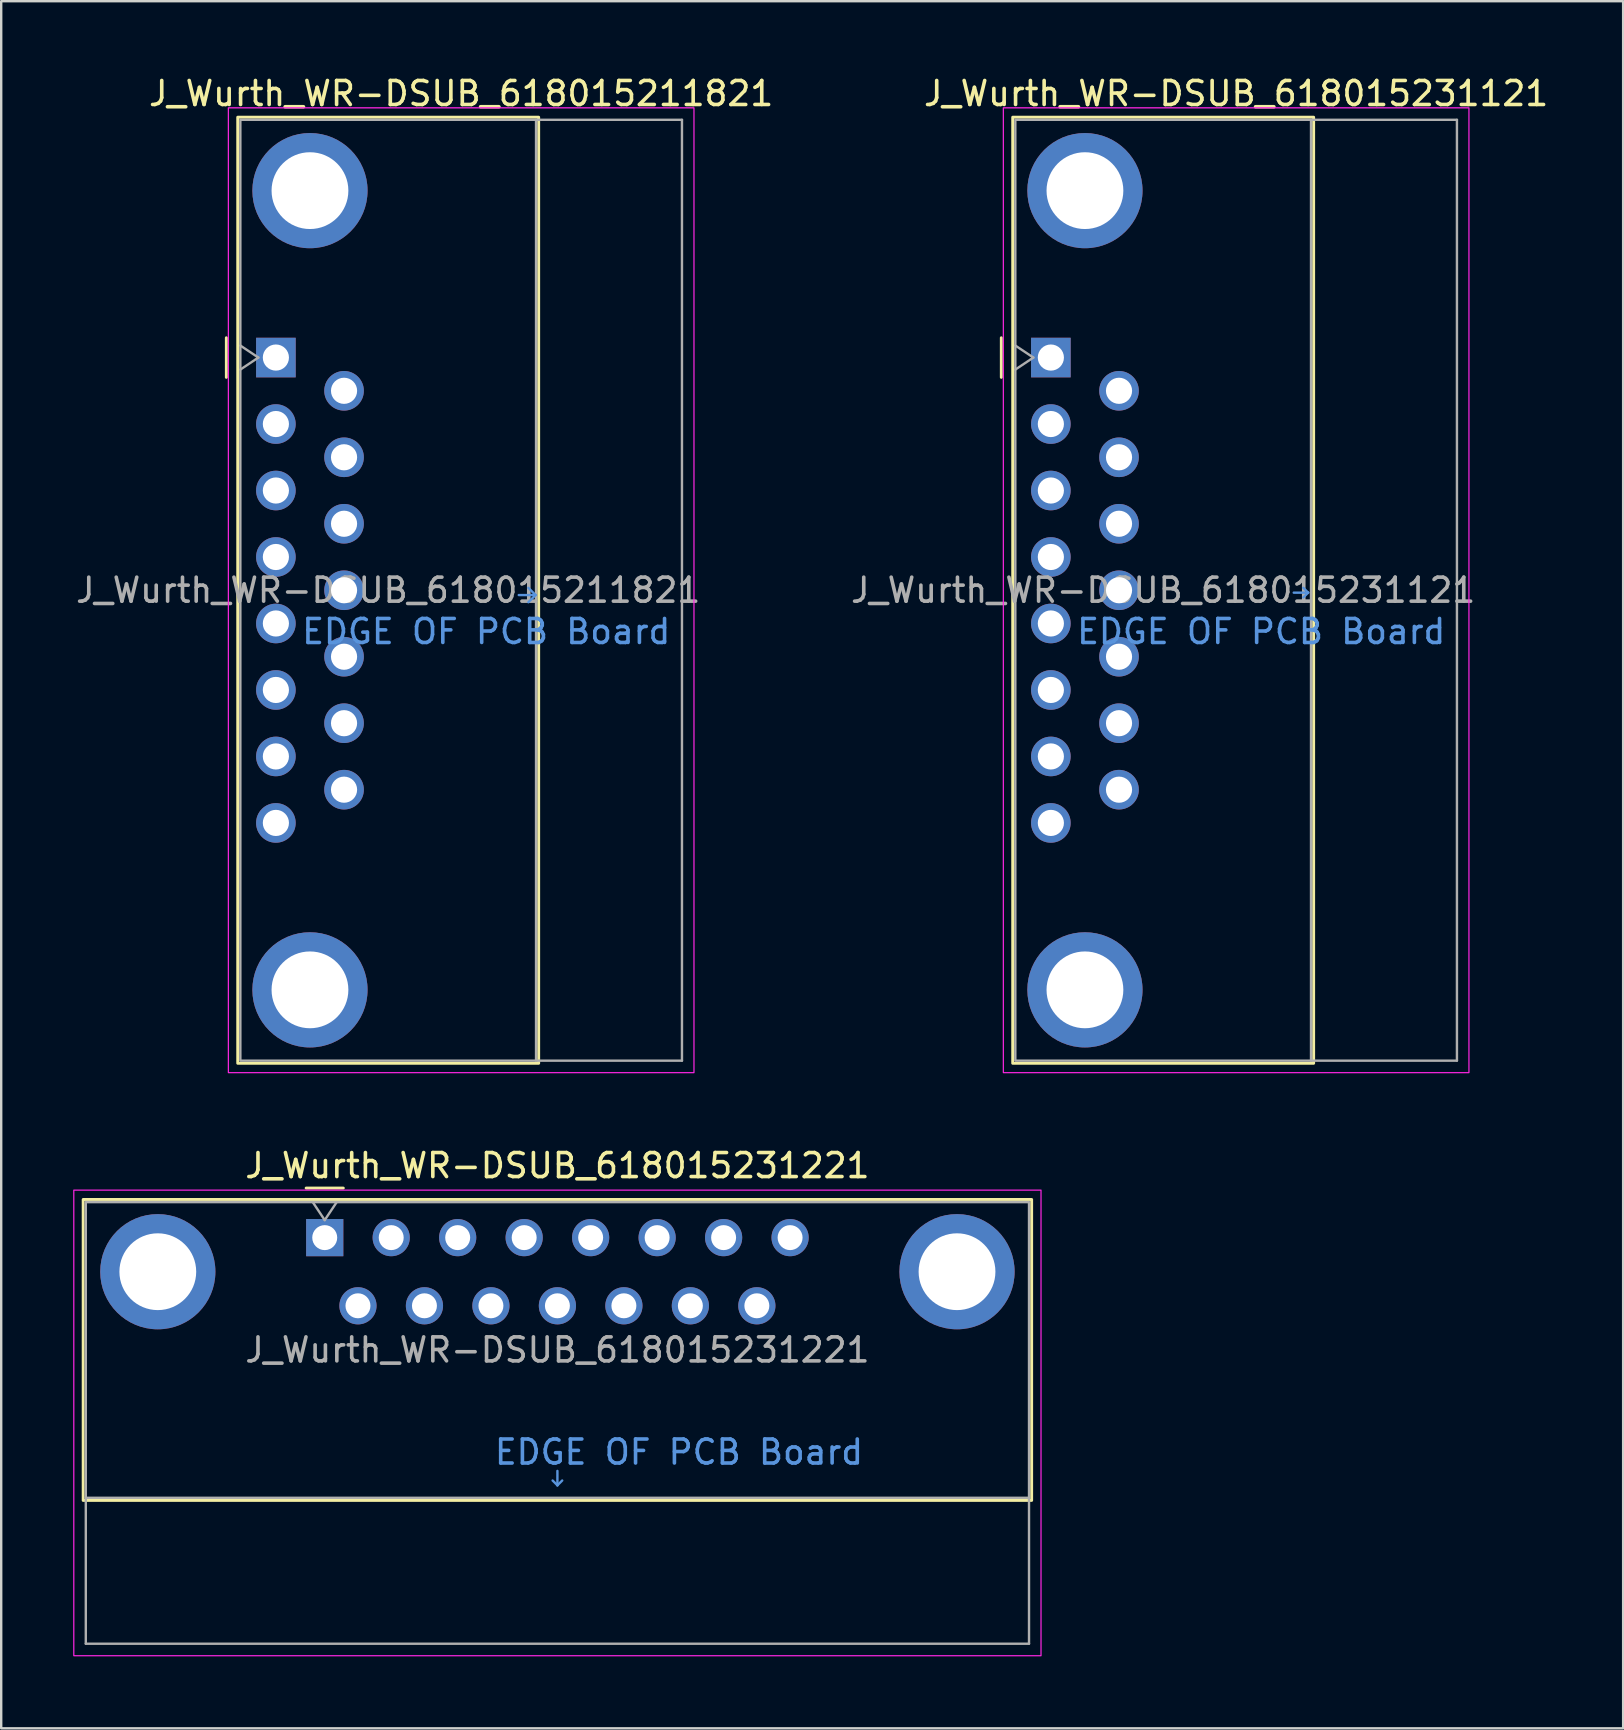
<source format=kicad_pcb>
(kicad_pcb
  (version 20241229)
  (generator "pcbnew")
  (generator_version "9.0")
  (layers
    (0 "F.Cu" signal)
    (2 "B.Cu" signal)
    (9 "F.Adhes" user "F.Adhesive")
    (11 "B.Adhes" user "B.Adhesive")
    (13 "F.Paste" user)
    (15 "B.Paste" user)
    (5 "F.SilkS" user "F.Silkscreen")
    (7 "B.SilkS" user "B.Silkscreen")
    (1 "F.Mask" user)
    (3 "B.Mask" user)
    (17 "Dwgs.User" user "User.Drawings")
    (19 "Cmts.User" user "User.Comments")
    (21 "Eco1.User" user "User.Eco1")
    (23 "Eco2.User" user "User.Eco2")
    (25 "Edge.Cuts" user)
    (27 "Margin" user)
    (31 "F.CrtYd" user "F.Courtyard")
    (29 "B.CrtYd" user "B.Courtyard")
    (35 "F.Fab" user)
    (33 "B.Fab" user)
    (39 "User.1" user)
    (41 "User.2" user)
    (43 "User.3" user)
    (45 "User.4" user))
  (footprint "J_Wurth_WR-DSUB_618015211821"
    (layer "F.Cu")
    (at 8.445 11.848)
    (property "Reference" "J_Wurth_WR-DSUB_618015211821" (at 7.72 -11 0) (unlocked yes) (layer "F.SilkS") (effects (font (size 1 1) (thickness 0.15))))
    (attr through_hole)
    (fp_line (start -2.065 -0.825) (end -2.065 0.825) (stroke (width 0.12) (type solid)) (layer "F.SilkS"))
    (fp_rect (start -1.59 -10.015) (end 10.95 29.405) (stroke (width 0.12) (type solid)) (fill no) (layer "F.SilkS"))
    (fp_line (start 10.12 9.895) (end 10.82 9.895) (stroke (width 0.1) (type solid)) (layer "Cmts.User"))
    (fp_line (start 10.82 9.895) (end 10.52 9.595) (stroke (width 0.1) (type solid)) (layer "Cmts.User"))
    (fp_line (start 10.82 9.895) (end 10.52 10.195) (stroke (width 0.1) (type solid)) (layer "Cmts.User"))
    (fp_rect (start -1.98 -10.405) (end 17.42 29.795) (stroke (width 0.05) (type solid)) (fill no) (layer "F.CrtYd"))
    (fp_line (start -0.73 0) (end -1.48 -0.5) (stroke (width 0.1) (type solid)) (layer "F.Fab"))
    (fp_line (start -0.73 0) (end -1.48 0.5) (stroke (width 0.1) (type solid)) (layer "F.Fab"))
    (fp_line (start 10.84 -9.905) (end 16.92 -9.905) (stroke (width 0.1) (type solid)) (layer "F.Fab"))
    (fp_line (start 16.92 -9.905) (end 16.92 29.295) (stroke (width 0.1) (type solid)) (layer "F.Fab"))
    (fp_line (start 16.92 29.295) (end 10.84 29.295) (stroke (width 0.1) (type solid)) (layer "F.Fab"))
    (fp_rect (start -1.48 -9.905) (end 10.84 29.295) (stroke (width 0.1) (type solid)) (fill no) (layer "F.Fab"))
    (fp_text user "EDGE OF PCB Board" (at 1 12 0) (unlocked yes) (layer "Cmts.User") (effects (font (size 1 1) (thickness 0.15)) (justify left bottom)))
    (fp_text user "${REFERENCE}" (at 4.68 9.695 0) (unlocked yes) (layer "F.Fab") (effects (font (size 1 1) (thickness 0.15))))
    (pad "1" thru_hole rect (at 0 0 90) (size 1.65 1.65) (drill 1.09) (layers "*.Cu" "*.Mask"))
    (pad "2" thru_hole circle (at 0 2.77 90) (size 1.65 1.65) (drill 1.09) (layers "*.Cu" "*.Mask"))
    (pad "3" thru_hole circle (at 0 5.54 90) (size 1.65 1.65) (drill 1.09) (layers "*.Cu" "*.Mask"))
    (pad "4" thru_hole circle (at 0 8.31 90) (size 1.65 1.65) (drill 1.09) (layers "*.Cu" "*.Mask"))
    (pad "5" thru_hole circle (at 0 11.08 90) (size 1.65 1.65) (drill 1.09) (layers "*.Cu" "*.Mask"))
    (pad "6" thru_hole circle (at 0 13.85 90) (size 1.65 1.65) (drill 1.09) (layers "*.Cu" "*.Mask"))
    (pad "7" thru_hole circle (at 0 16.62 90) (size 1.65 1.65) (drill 1.09) (layers "*.Cu" "*.Mask"))
    (pad "8" thru_hole circle (at 0 19.39 90) (size 1.65 1.65) (drill 1.09) (layers "*.Cu" "*.Mask"))
    (pad "9" thru_hole circle (at 2.84 1.385 90) (size 1.65 1.65) (drill 1.09) (layers "*.Cu" "*.Mask"))
    (pad "10" thru_hole circle (at 2.84 4.155 90) (size 1.65 1.65) (drill 1.09) (layers "*.Cu" "*.Mask"))
    (pad "11" thru_hole circle (at 2.84 6.925 90) (size 1.65 1.65) (drill 1.09) (layers "*.Cu" "*.Mask"))
    (pad "12" thru_hole circle (at 2.84 9.695 90) (size 1.65 1.65) (drill 1.09) (layers "*.Cu" "*.Mask"))
    (pad "13" thru_hole circle (at 2.84 12.465 90) (size 1.65 1.65) (drill 1.09) (layers "*.Cu" "*.Mask"))
    (pad "14" thru_hole circle (at 2.84 15.235 90) (size 1.65 1.65) (drill 1.09) (layers "*.Cu" "*.Mask"))
    (pad "15" thru_hole circle (at 2.84 18.005 90) (size 1.65 1.65) (drill 1.09) (layers "*.Cu" "*.Mask"))
    (pad "S1" thru_hole circle (at 1.42 26.345 90) (size 4.8 4.8) (drill 3.2) (layers "*.Cu" "*.Mask"))
    (pad "S2" thru_hole circle (at 1.42 -6.955 90) (size 4.8 4.8) (drill 3.2) (layers "*.Cu" "*.Mask")))
  (footprint "J_Wurth_WR-DSUB_618015231121"
    (layer "F.Cu")
    (at 40.735 11.848)
    (property "Reference" "J_Wurth_WR-DSUB_618015231121" (at 7.72 -11 0) (unlocked yes) (layer "F.SilkS") (effects (font (size 1 1) (thickness 0.15))))
    (attr through_hole)
    (fp_line (start -2.065 -0.825) (end -2.065 0.825) (stroke (width 0.12) (type solid)) (layer "F.SilkS"))
    (fp_rect (start -1.59 -10.015) (end 10.95 29.405) (stroke (width 0.12) (type solid)) (fill no) (layer "F.SilkS"))
    (fp_line (start 10.12 9.795) (end 10.72 9.795) (stroke (width 0.1) (type solid)) (layer "Cmts.User"))
    (fp_line (start 10.72 9.795) (end 10.52 9.595) (stroke (width 0.1) (type solid)) (layer "Cmts.User"))
    (fp_line (start 10.72 9.795) (end 10.52 9.995) (stroke (width 0.1) (type solid)) (layer "Cmts.User"))
    (fp_rect (start -1.98 -10.405) (end 17.42 29.795) (stroke (width 0.05) (type solid)) (fill no) (layer "F.CrtYd"))
    (fp_line (start -0.73 0) (end -1.48 -0.5) (stroke (width 0.1) (type solid)) (layer "F.Fab"))
    (fp_line (start -0.73 0) (end -1.48 0.5) (stroke (width 0.1) (type solid)) (layer "F.Fab"))
    (fp_line (start 10.84 -9.905) (end 16.92 -9.905) (stroke (width 0.1) (type solid)) (layer "F.Fab"))
    (fp_line (start 16.92 -9.905) (end 16.92 29.295) (stroke (width 0.1) (type solid)) (layer "F.Fab"))
    (fp_line (start 16.92 29.295) (end 10.84 29.295) (stroke (width 0.1) (type solid)) (layer "F.Fab"))
    (fp_rect (start -1.48 -9.905) (end 10.84 29.295) (stroke (width 0.1) (type solid)) (fill no) (layer "F.Fab"))
    (fp_text user "EDGE OF PCB Board" (at 1 12 0) (unlocked yes) (layer "Cmts.User") (effects (font (size 1 1) (thickness 0.15)) (justify left bottom)))
    (fp_text user "${REFERENCE}" (at 4.68 9.695 0) (unlocked yes) (layer "F.Fab") (effects (font (size 1 1) (thickness 0.15))))
    (pad "1" thru_hole rect (at 0 0 90) (size 1.65 1.65) (drill 1.09) (layers "*.Cu" "*.Mask"))
    (pad "2" thru_hole circle (at 0 2.77 90) (size 1.65 1.65) (drill 1.09) (layers "*.Cu" "*.Mask"))
    (pad "3" thru_hole circle (at 0 5.54 90) (size 1.65 1.65) (drill 1.09) (layers "*.Cu" "*.Mask"))
    (pad "4" thru_hole circle (at 0 8.31 90) (size 1.65 1.65) (drill 1.09) (layers "*.Cu" "*.Mask"))
    (pad "5" thru_hole circle (at 0 11.08 90) (size 1.65 1.65) (drill 1.09) (layers "*.Cu" "*.Mask"))
    (pad "6" thru_hole circle (at 0 13.85 90) (size 1.65 1.65) (drill 1.09) (layers "*.Cu" "*.Mask"))
    (pad "7" thru_hole circle (at 0 16.62 90) (size 1.65 1.65) (drill 1.09) (layers "*.Cu" "*.Mask"))
    (pad "8" thru_hole circle (at 0 19.39 90) (size 1.65 1.65) (drill 1.09) (layers "*.Cu" "*.Mask"))
    (pad "9" thru_hole circle (at 2.84 1.385 90) (size 1.65 1.65) (drill 1.09) (layers "*.Cu" "*.Mask"))
    (pad "10" thru_hole circle (at 2.84 4.155 90) (size 1.65 1.65) (drill 1.09) (layers "*.Cu" "*.Mask"))
    (pad "11" thru_hole circle (at 2.84 6.925 90) (size 1.65 1.65) (drill 1.09) (layers "*.Cu" "*.Mask"))
    (pad "12" thru_hole circle (at 2.84 9.695 90) (size 1.65 1.65) (drill 1.09) (layers "*.Cu" "*.Mask"))
    (pad "13" thru_hole circle (at 2.84 12.465 90) (size 1.65 1.65) (drill 1.09) (layers "*.Cu" "*.Mask"))
    (pad "14" thru_hole circle (at 2.84 15.235 90) (size 1.65 1.65) (drill 1.09) (layers "*.Cu" "*.Mask"))
    (pad "15" thru_hole circle (at 2.84 18.005 90) (size 1.65 1.65) (drill 1.09) (layers "*.Cu" "*.Mask"))
    (pad "S1" thru_hole circle (at 1.42 26.345 90) (size 4.8 4.8) (drill 3.2) (layers "*.Cu" "*.Mask"))
    (pad "S2" thru_hole circle (at 1.42 -6.955 90) (size 4.8 4.8) (drill 3.2) (layers "*.Cu" "*.Mask")))
  (footprint "J_Wurth_WR-DSUB_618015231221"
    (layer "F.Cu")
    (at 10.48 48.517)
    (property "Reference" "J_Wurth_WR-DSUB_618015231221" (at 9.695 -3 0) (unlocked yes) (layer "F.SilkS") (effects (font (size 1 1) (thickness 0.15))))
    (attr through_hole)
    (fp_line (start 0.775 -2.065) (end -0.775 -2.065) (stroke (width 0.12) (type solid)) (layer "F.SilkS"))
    (fp_rect (start -10.065 -1.59) (end 29.455 10.95) (stroke (width 0.12) (type solid)) (fill no) (layer "F.SilkS"))
    (fp_line (start 9.695 9.72) (end 9.695 10.32) (stroke (width 0.1) (type solid)) (layer "Cmts.User"))
    (fp_line (start 9.695 10.32) (end 9.495 10.12) (stroke (width 0.1) (type solid)) (layer "Cmts.User"))
    (fp_line (start 9.695 10.32) (end 9.895 10.12) (stroke (width 0.1) (type solid)) (layer "Cmts.User"))
    (fp_rect (start -10.455 -1.98) (end 29.845 17.42) (stroke (width 0.05) (type solid)) (fill no) (layer "F.CrtYd"))
    (fp_line (start -9.955 16.92) (end -9.955 10.84) (stroke (width 0.1) (type solid)) (layer "F.Fab"))
    (fp_line (start 0 -0.73) (end -0.5 -1.48) (stroke (width 0.1) (type solid)) (layer "F.Fab"))
    (fp_line (start 0 -0.73) (end 0.5 -1.48) (stroke (width 0.1) (type solid)) (layer "F.Fab"))
    (fp_line (start 29.345 10.84) (end 29.345 16.92) (stroke (width 0.1) (type solid)) (layer "F.Fab"))
    (fp_line (start 29.345 16.92) (end -9.955 16.92) (stroke (width 0.1) (type solid)) (layer "F.Fab"))
    (fp_rect (start -9.955 -1.48) (end 29.345 10.84) (stroke (width 0.1) (type solid)) (fill no) (layer "F.Fab"))
    (fp_text user "EDGE OF PCB Board" (at 6.995 9.52 0) (unlocked yes) (layer "Cmts.User") (effects (font (size 1 1) (thickness 0.15)) (justify left bottom)))
    (fp_text user "${REFERENCE}" (at 9.695 4.68 0) (unlocked yes) (layer "F.Fab") (effects (font (size 1 1) (thickness 0.15))))
    (pad "1" thru_hole rect (at 0 0) (size 1.55 1.55) (drill 1.04) (layers "*.Cu" "*.Mask"))
    (pad "2" thru_hole circle (at 2.77 0) (size 1.55 1.55) (drill 1.04) (layers "*.Cu" "*.Mask"))
    (pad "3" thru_hole circle (at 5.54 0) (size 1.55 1.55) (drill 1.04) (layers "*.Cu" "*.Mask"))
    (pad "4" thru_hole circle (at 8.31 0) (size 1.55 1.55) (drill 1.04) (layers "*.Cu" "*.Mask"))
    (pad "5" thru_hole circle (at 11.08 0) (size 1.55 1.55) (drill 1.04) (layers "*.Cu" "*.Mask"))
    (pad "6" thru_hole circle (at 13.85 0) (size 1.55 1.55) (drill 1.04) (layers "*.Cu" "*.Mask"))
    (pad "7" thru_hole circle (at 16.62 0) (size 1.55 1.55) (drill 1.04) (layers "*.Cu" "*.Mask"))
    (pad "8" thru_hole circle (at 19.39 0) (size 1.55 1.55) (drill 1.04) (layers "*.Cu" "*.Mask"))
    (pad "9" thru_hole circle (at 1.385 2.84) (size 1.55 1.55) (drill 1.04) (layers "*.Cu" "*.Mask"))
    (pad "10" thru_hole circle (at 4.155 2.84) (size 1.55 1.55) (drill 1.04) (layers "*.Cu" "*.Mask"))
    (pad "11" thru_hole circle (at 6.925 2.84) (size 1.55 1.55) (drill 1.04) (layers "*.Cu" "*.Mask"))
    (pad "12" thru_hole circle (at 9.695 2.84) (size 1.55 1.55) (drill 1.04) (layers "*.Cu" "*.Mask"))
    (pad "13" thru_hole circle (at 12.465 2.84) (size 1.55 1.55) (drill 1.04) (layers "*.Cu" "*.Mask"))
    (pad "14" thru_hole circle (at 15.235 2.84) (size 1.55 1.55) (drill 1.04) (layers "*.Cu" "*.Mask"))
    (pad "15" thru_hole circle (at 18.005 2.84) (size 1.55 1.55) (drill 1.04) (layers "*.Cu" "*.Mask"))
    (pad "S1" thru_hole circle (at -6.955 1.42) (size 4.8 4.8) (drill 3.2) (layers "*.Cu" "*.Mask"))
    (pad "S2" thru_hole circle (at 26.345 1.42) (size 4.8 4.8) (drill 3.2) (layers "*.Cu" "*.Mask")))
  (gr_rect
    (start -3 -3)
    (end 64.58 68.962)
    (stroke (width 0.1) (type default))
    (fill no)
    (layer "Edge.Cuts")))
</source>
